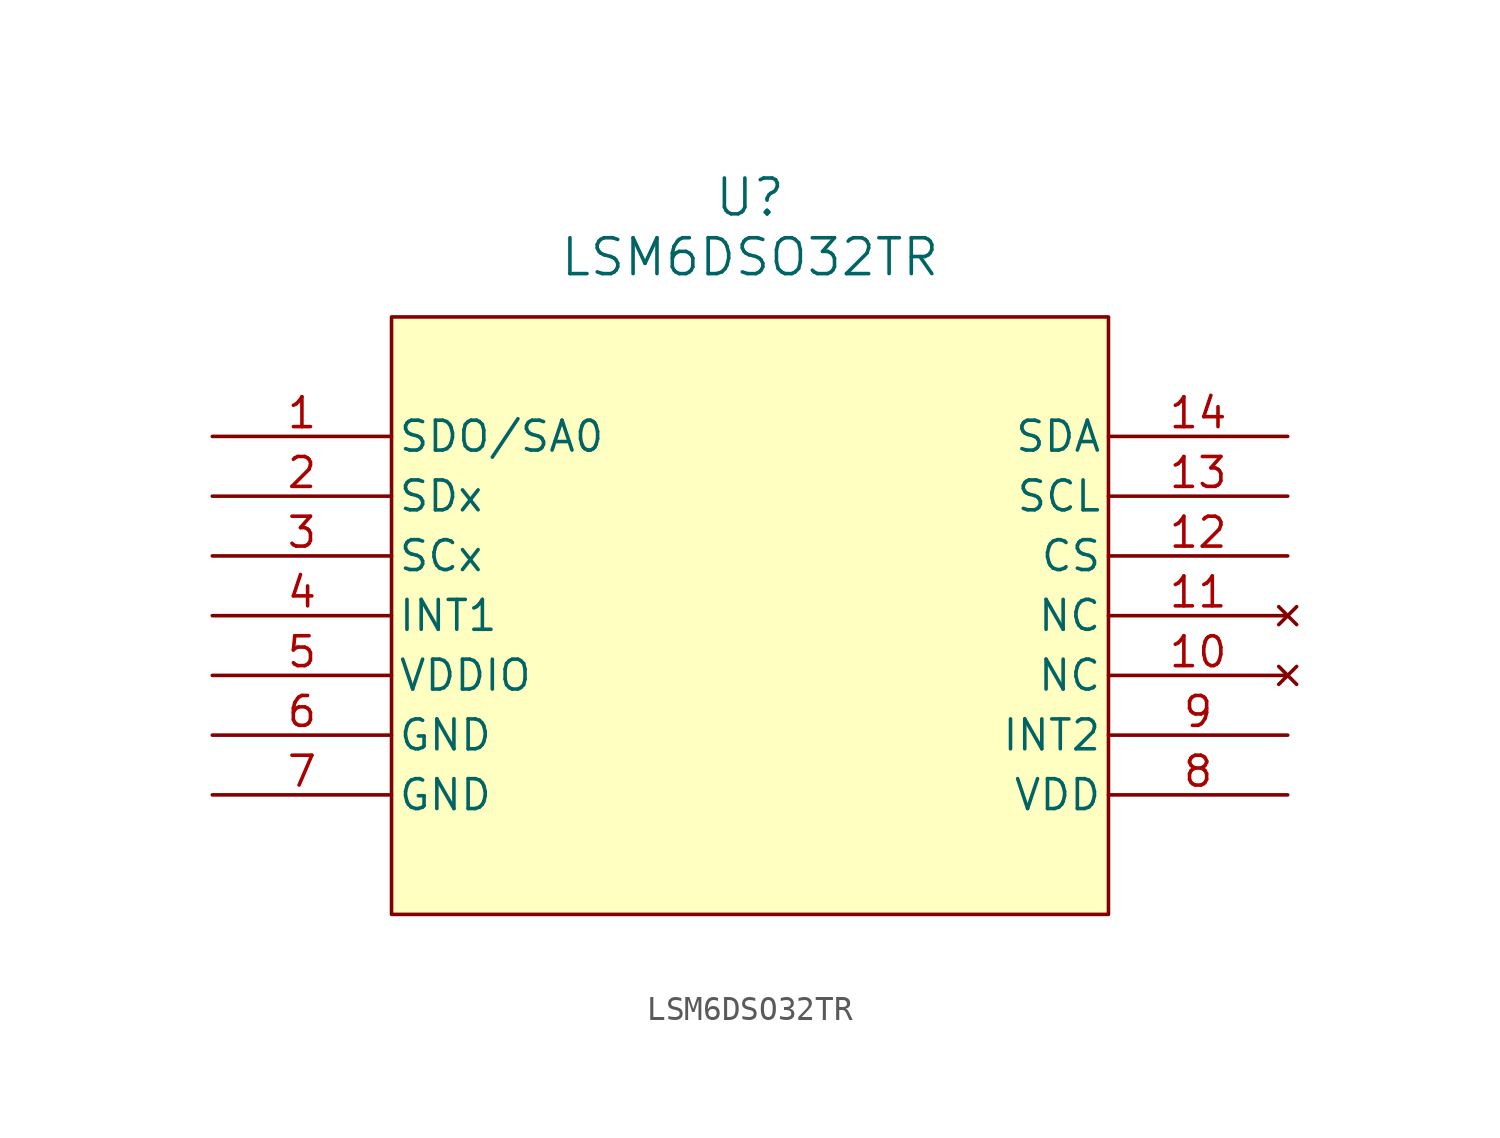
<source format=kicad_sym>
(kicad_symbol_lib
  (version 20241209)
  (generator "kicad_symbol_editor")
  (generator_version "9.0")
  (symbol "LSM6DSO32TR"
    (pin_names
      (offset 0.254))
    (property "Reference" "U"
      (at 22.86 10.16 0)
      (effects (font (size 1.524 1.524))))
    (property "Value" "LSM6DSO32TR"
      (at 22.86 7.62 0)
      (effects (font (size 1.524 1.524))))
    (property "ki_locked" ""
      (at 0 0 0)
      (effects (font (size 1.27 1.27))))
    (symbol "LSM6DSO32TR_0_1"
      (pin bidirectional line (at 0 0 0) (length 7.62) (name "SDO/SA0" (effects (font (size 1.27 1.27)))) (number "1" (effects (font (size 1.27 1.27)))))
      (pin unspecified line (at 0 -2.54 0) (length 7.62) (name "SDx" (effects (font (size 1.27 1.27)))) (number "2" (effects (font (size 1.27 1.27)))))
      (pin unspecified line (at 0 -5.08 0) (length 7.62) (name "SCx" (effects (font (size 1.27 1.27)))) (number "3" (effects (font (size 1.27 1.27)))))
      (pin output line (at 0 -7.62 0) (length 7.62) (name "INT1" (effects (font (size 1.27 1.27)))) (number "4" (effects (font (size 1.27 1.27)))))
      (pin power_in line (at 0 -10.16 0) (length 7.62) (name "VDDIO" (effects (font (size 1.27 1.27)))) (number "5" (effects (font (size 1.27 1.27)))))
      (pin power_out line (at 0 -12.7 0) (length 7.62) (name "GND" (effects (font (size 1.27 1.27)))) (number "6" (effects (font (size 1.27 1.27)))))
      (pin power_out line (at 0 -15.24 0) (length 7.62) (name "GND" (effects (font (size 1.27 1.27)))) (number "7" (effects (font (size 1.27 1.27)))))
      (pin bidirectional line (at 45.72 0 180) (length 7.62) (name "SDA" (effects (font (size 1.27 1.27)))) (number "14" (effects (font (size 1.27 1.27)))))
      (pin input line (at 45.72 -2.54 180) (length 7.62) (name "SCL" (effects (font (size 1.27 1.27)))) (number "13" (effects (font (size 1.27 1.27)))))
      (pin input line (at 45.72 -5.08 180) (length 7.62) (name "CS" (effects (font (size 1.27 1.27)))) (number "12" (effects (font (size 1.27 1.27)))))
      (pin no_connect line (at 45.72 -7.62 180) (length 7.62) (name "NC" (effects (font (size 1.27 1.27)))) (number "11" (effects (font (size 1.27 1.27)))))
      (pin no_connect line (at 45.72 -10.16 180) (length 7.62) (name "NC" (effects (font (size 1.27 1.27)))) (number "10" (effects (font (size 1.27 1.27)))))
      (pin output line (at 45.72 -12.7 180) (length 7.62) (name "INT2" (effects (font (size 1.27 1.27)))) (number "9" (effects (font (size 1.27 1.27)))))
      (pin power_in line (at 45.72 -15.24 180) (length 7.62) (name "VDD" (effects (font (size 1.27 1.27)))) (number "8" (effects (font (size 1.27 1.27))))))
    (symbol "LSM6DSO32TR_1_1"
      (rectangle (start 7.62 5.08) (end 38.1 -20.32) (stroke (width 0) (type solid)) (fill (type background))))))
</source>
